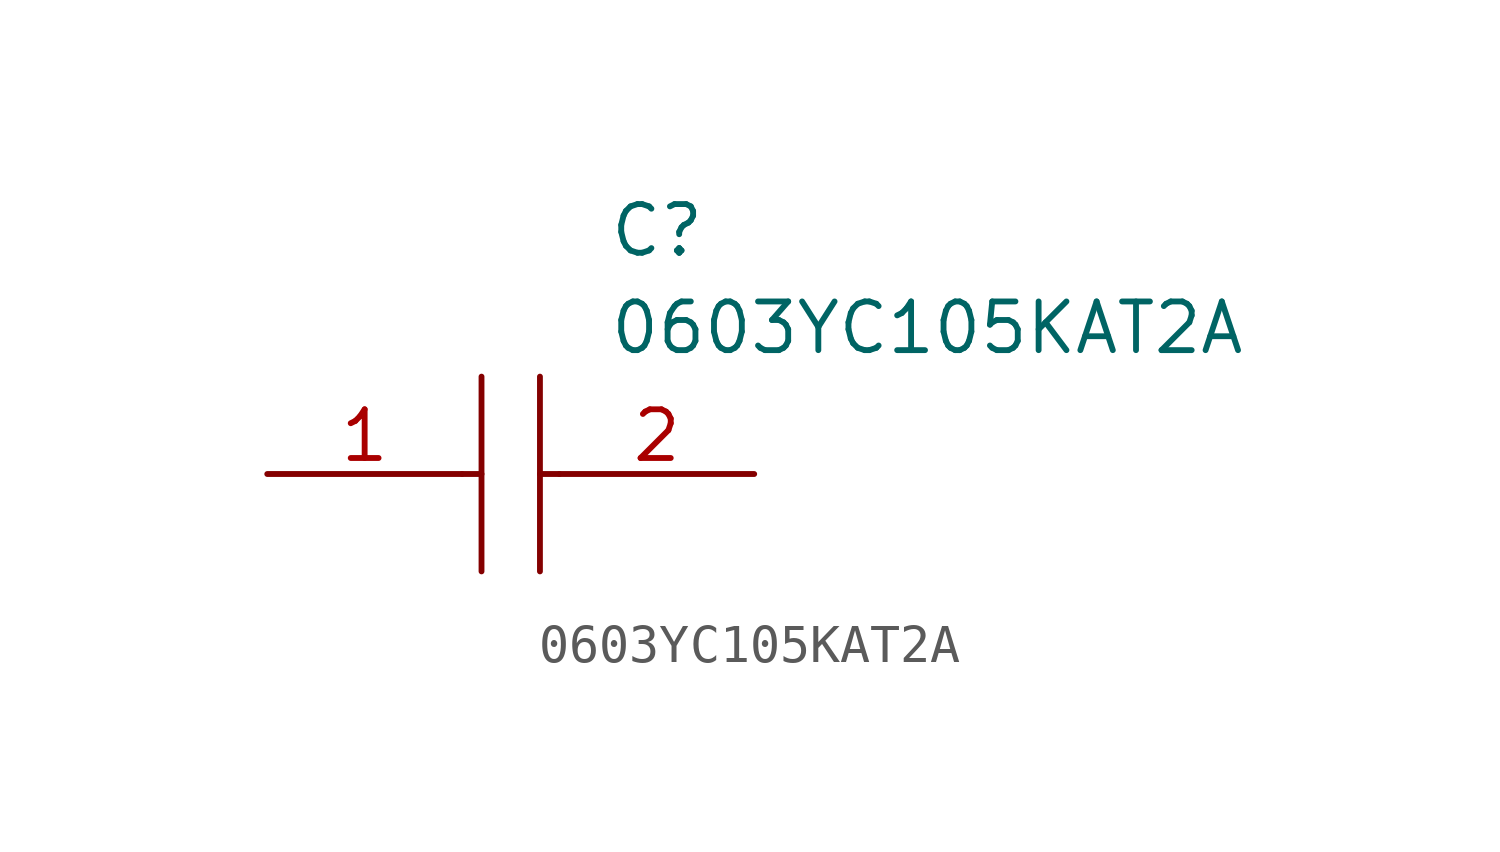
<source format=kicad_sym>
(kicad_symbol_lib
  (version 20211014)
  (generator kicad_symbol_editor)
  (symbol "0603YC105KAT2A"
    (pin_names
      (offset 0.762))
    (property "Reference" "C"
      (at 8.89 6.35 0)
      (effects (font (size 1.27 1.27)) (justify left)))
    (property "Value" "0603YC105KAT2A"
      (at 8.89 3.81 0)
      (effects (font (size 1.27 1.27)) (justify left)))
    (symbol "0603YC105KAT2A_0_0"
      (pin passive line (at 0 0 0) (length 5.08) (name "~" (effects (font (size 1.27 1.27)))) (number "1" (effects (font (size 1.27 1.27)))))
      (pin passive line (at 12.7 0 180) (length 5.08) (name "~" (effects (font (size 1.27 1.27)))) (number "2" (effects (font (size 1.27 1.27))))))
    (symbol "0603YC105KAT2A_0_1"
      (polyline (pts (xy 5.08 0) (xy 5.588 0)) (stroke (width 0.152) (type default) (color 0 0 0 0)) (fill (type none)))
      (polyline (pts (xy 5.588 2.54) (xy 5.588 -2.54)) (stroke (width 0.152) (type default) (color 0 0 0 0)) (fill (type none)))
      (polyline (pts (xy 7.112 0) (xy 7.62 0)) (stroke (width 0.152) (type default) (color 0 0 0 0)) (fill (type none)))
      (polyline (pts (xy 7.112 2.54) (xy 7.112 -2.54)) (stroke (width 0.152) (type default) (color 0 0 0 0)) (fill (type none))))))
</source>
